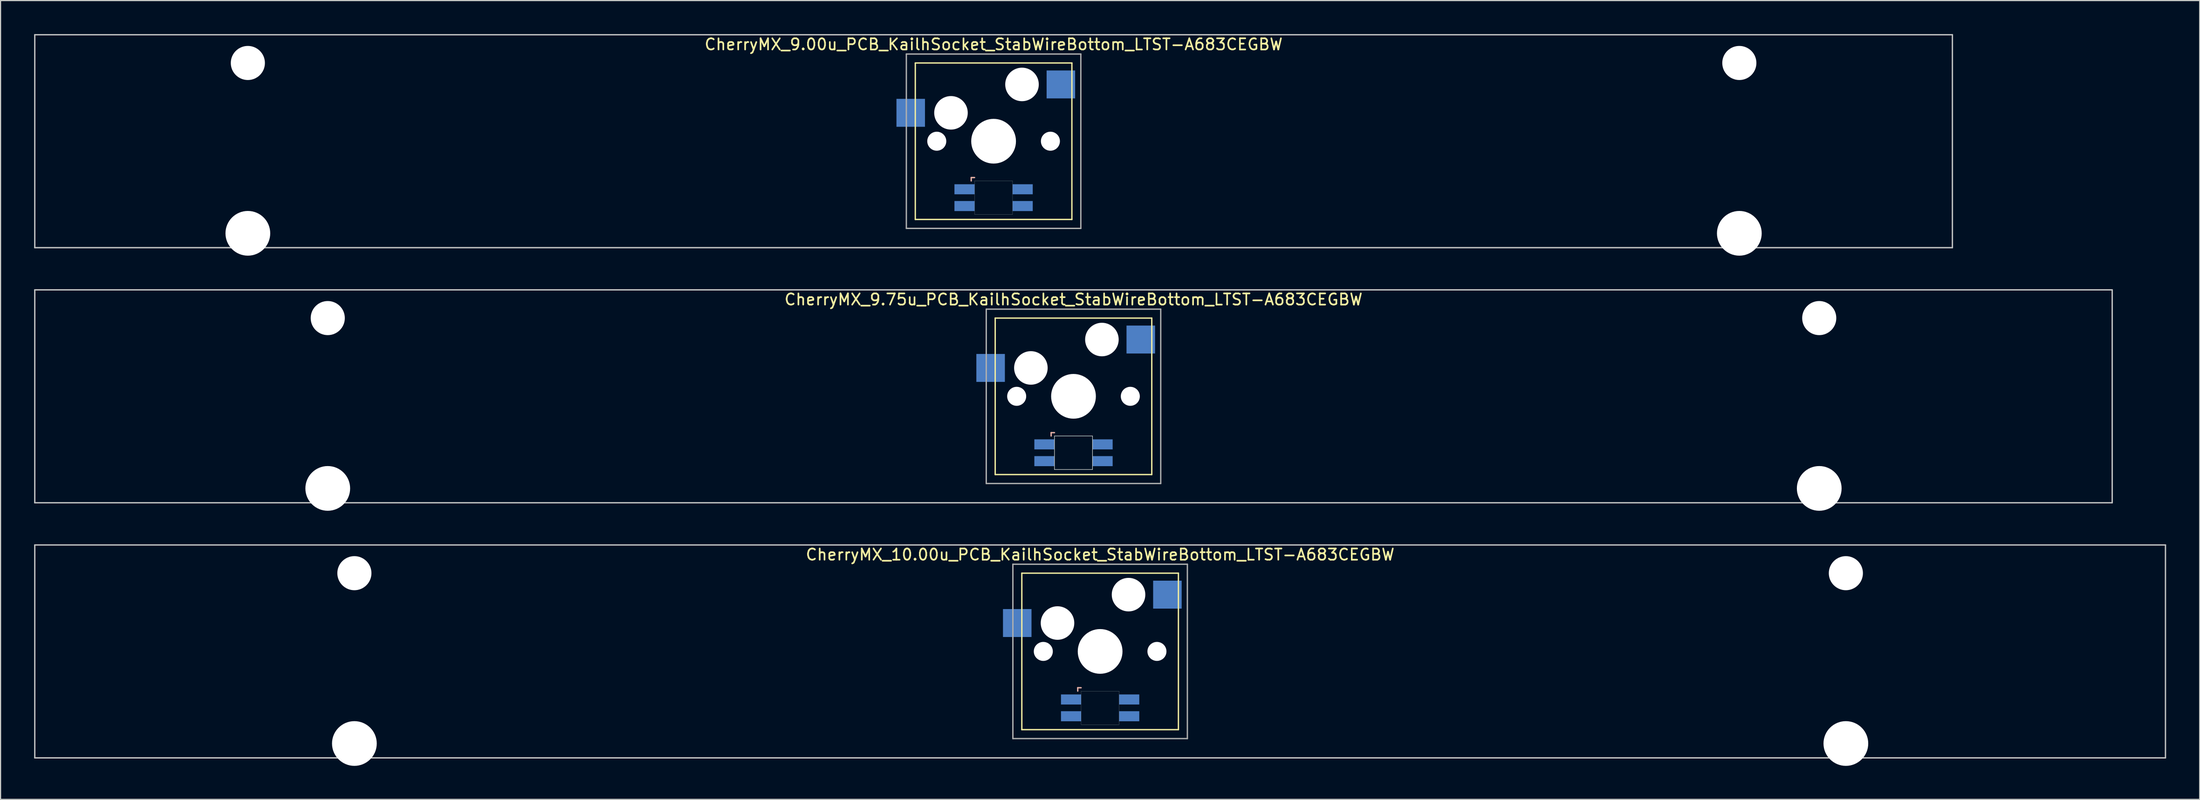
<source format=kicad_pcb>
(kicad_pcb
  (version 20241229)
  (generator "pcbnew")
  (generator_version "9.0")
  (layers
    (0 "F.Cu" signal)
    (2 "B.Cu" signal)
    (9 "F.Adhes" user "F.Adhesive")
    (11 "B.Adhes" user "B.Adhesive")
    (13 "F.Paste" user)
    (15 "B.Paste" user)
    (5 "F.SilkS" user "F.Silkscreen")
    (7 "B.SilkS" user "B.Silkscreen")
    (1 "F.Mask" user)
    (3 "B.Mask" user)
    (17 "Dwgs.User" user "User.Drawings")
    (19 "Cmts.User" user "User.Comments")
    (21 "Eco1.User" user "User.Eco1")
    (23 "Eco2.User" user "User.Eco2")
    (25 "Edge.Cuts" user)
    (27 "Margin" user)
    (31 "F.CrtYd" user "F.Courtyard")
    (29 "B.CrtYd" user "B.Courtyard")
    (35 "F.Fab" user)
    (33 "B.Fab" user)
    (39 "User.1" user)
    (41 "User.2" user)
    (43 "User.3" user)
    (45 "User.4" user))
  (footprint "CherryMX_9.00u_PCB_KailhSocket_StabWireBottom_LTST-A683CEGBW"
    (layer "F.Cu")
    (at 85.785 9.585)
    (property "Reference" "CherryMX_9.00u_PCB_KailhSocket_StabWireBottom_LTST-A683CEGBW" (at 0 -8.662 0) (layer "F.SilkS") (effects (font (size 1 1) (thickness 0.15))))
    (attr through_hole)
    (fp_line (start -7 -7) (end -7 7) (stroke (width 0.12) (type solid)) (layer "F.SilkS"))
    (fp_line (start -7 -7) (end 7 -7) (stroke (width 0.12) (type solid)) (layer "F.SilkS"))
    (fp_line (start 7 -7) (end 7 7) (stroke (width 0.12) (type solid)) (layer "F.SilkS"))
    (fp_line (start 7 7) (end -7 7) (stroke (width 0.12) (type solid)) (layer "F.SilkS"))
    (fp_line (start -2 3.25) (end -2 3.55) (stroke (width 0.12) (type solid)) (layer "B.SilkS"))
    (fp_line (start -1.7 3.25) (end -2 3.25) (stroke (width 0.12) (type solid)) (layer "B.SilkS"))
    (fp_line (start -85.725 -9.525) (end 85.725 -9.525) (stroke (width 0.12) (type solid)) (layer "Dwgs.User"))
    (fp_line (start -85.725 9.525) (end -85.725 -9.525) (stroke (width 0.12) (type solid)) (layer "Dwgs.User"))
    (fp_line (start 85.725 -9.525) (end 85.725 9.525) (stroke (width 0.12) (type solid)) (layer "Dwgs.User"))
    (fp_line (start 85.725 9.525) (end -85.725 9.525) (stroke (width 0.12) (type solid)) (layer "Dwgs.User"))
    (fp_poly (pts (xy 1.7 6.55) (xy -1.7 6.55) (xy -1.7 3.55) (xy 1.7 3.55)) (stroke (width 0.01) (type solid)) (fill no) (layer "Edge.Cuts"))
    (fp_line (start -7.8 -7.8) (end -7.8 7.8) (stroke (width 0.12) (type solid)) (layer "F.Fab"))
    (fp_line (start -7.8 -7.8) (end 7.8 -7.8) (stroke (width 0.12) (type solid)) (layer "F.Fab"))
    (fp_line (start -7.8 7.8) (end 7.8 7.8) (stroke (width 0.12) (type solid)) (layer "F.Fab"))
    (fp_line (start 7.8 -7.8) (end 7.8 7.8) (stroke (width 0.12) (type solid)) (layer "F.Fab"))
    (pad "" np_thru_hole circle (at -66.675 -7) (size 3.05 3.05) (drill 3.05) (layers "*.Cu" "*.Mask"))
    (pad "" np_thru_hole circle (at -66.675 8.24) (size 4 4) (drill 4) (layers "*.Cu" "*.Mask"))
    (pad "" np_thru_hole circle (at -5.08 0) (size 1.7 1.7) (drill 1.7) (layers "*.Cu" "*.Mask"))
    (pad "" np_thru_hole circle (at -3.81 -2.54) (size 3 3) (drill 3) (layers "*.Cu" "*.Mask"))
    (pad "" np_thru_hole circle (at 0 0) (size 4 4) (drill 4) (layers "*.Cu" "*.Mask"))
    (pad "" np_thru_hole circle (at 2.54 -5.08) (size 3 3) (drill 3) (layers "*.Cu" "*.Mask"))
    (pad "" np_thru_hole circle (at 5.08 0) (size 1.7 1.7) (drill 1.7) (layers "*.Cu" "*.Mask"))
    (pad "" np_thru_hole circle (at 66.675 -7) (size 3.05 3.05) (drill 3.05) (layers "*.Cu" "*.Mask"))
    (pad "" np_thru_hole circle (at 66.675 8.24) (size 4 4) (drill 4) (layers "*.Cu" "*.Mask"))
    (pad "1" smd rect (at -7.41 -2.54) (size 2.55 2.5) (layers "B.Cu" "B.Mask" "B.Paste"))
    (pad "2" smd rect (at 6.015 -5.08) (size 2.55 2.5) (layers "B.Cu" "B.Mask" "B.Paste"))
    (pad "3" smd rect (at -2.6 4.3) (size 1.8 0.9) (layers "B.Cu" "B.Mask" "B.Paste"))
    (pad "4" smd rect (at -2.6 5.8) (size 1.8 0.9) (layers "B.Cu" "B.Mask" "B.Paste"))
    (pad "5" smd rect (at 2.6 4.3) (size 1.8 0.9) (layers "B.Cu" "B.Mask" "B.Paste"))
    (pad "6" smd rect (at 2.6 5.8) (size 1.8 0.9) (layers "B.Cu" "B.Mask" "B.Paste")))
  (footprint "CherryMX_10.00u_PCB_KailhSocket_StabWireBottom_LTST-A683CEGBW"
    (layer "F.Cu")
    (at 95.31 55.235)
    (property "Reference" "CherryMX_10.00u_PCB_KailhSocket_StabWireBottom_LTST-A683CEGBW" (at 0 -8.662 0) (layer "F.SilkS") (effects (font (size 1 1) (thickness 0.15))))
    (attr through_hole)
    (fp_line (start -7 -7) (end -7 7) (stroke (width 0.12) (type solid)) (layer "F.SilkS"))
    (fp_line (start -7 -7) (end 7 -7) (stroke (width 0.12) (type solid)) (layer "F.SilkS"))
    (fp_line (start 7 -7) (end 7 7) (stroke (width 0.12) (type solid)) (layer "F.SilkS"))
    (fp_line (start 7 7) (end -7 7) (stroke (width 0.12) (type solid)) (layer "F.SilkS"))
    (fp_line (start -2 3.25) (end -2 3.55) (stroke (width 0.12) (type solid)) (layer "B.SilkS"))
    (fp_line (start -1.7 3.25) (end -2 3.25) (stroke (width 0.12) (type solid)) (layer "B.SilkS"))
    (fp_line (start -95.25 -9.525) (end 95.25 -9.525) (stroke (width 0.12) (type solid)) (layer "Dwgs.User"))
    (fp_line (start -95.25 9.525) (end -95.25 -9.525) (stroke (width 0.12) (type solid)) (layer "Dwgs.User"))
    (fp_line (start 95.25 -9.525) (end 95.25 9.525) (stroke (width 0.12) (type solid)) (layer "Dwgs.User"))
    (fp_line (start 95.25 9.525) (end -95.25 9.525) (stroke (width 0.12) (type solid)) (layer "Dwgs.User"))
    (fp_poly (pts (xy 1.7 6.55) (xy -1.7 6.55) (xy -1.7 3.55) (xy 1.7 3.55)) (stroke (width 0.01) (type solid)) (fill no) (layer "Edge.Cuts"))
    (fp_line (start -7.8 -7.8) (end -7.8 7.8) (stroke (width 0.12) (type solid)) (layer "F.Fab"))
    (fp_line (start -7.8 -7.8) (end 7.8 -7.8) (stroke (width 0.12) (type solid)) (layer "F.Fab"))
    (fp_line (start -7.8 7.8) (end 7.8 7.8) (stroke (width 0.12) (type solid)) (layer "F.Fab"))
    (fp_line (start 7.8 -7.8) (end 7.8 7.8) (stroke (width 0.12) (type solid)) (layer "F.Fab"))
    (pad "" np_thru_hole circle (at -66.675 -7) (size 3.05 3.05) (drill 3.05) (layers "*.Cu" "*.Mask"))
    (pad "" np_thru_hole circle (at -66.675 8.24) (size 4 4) (drill 4) (layers "*.Cu" "*.Mask"))
    (pad "" np_thru_hole circle (at -5.08 0) (size 1.7 1.7) (drill 1.7) (layers "*.Cu" "*.Mask"))
    (pad "" np_thru_hole circle (at -3.81 -2.54) (size 3 3) (drill 3) (layers "*.Cu" "*.Mask"))
    (pad "" np_thru_hole circle (at 0 0) (size 4 4) (drill 4) (layers "*.Cu" "*.Mask"))
    (pad "" np_thru_hole circle (at 2.54 -5.08) (size 3 3) (drill 3) (layers "*.Cu" "*.Mask"))
    (pad "" np_thru_hole circle (at 5.08 0) (size 1.7 1.7) (drill 1.7) (layers "*.Cu" "*.Mask"))
    (pad "" np_thru_hole circle (at 66.675 -7) (size 3.05 3.05) (drill 3.05) (layers "*.Cu" "*.Mask"))
    (pad "" np_thru_hole circle (at 66.675 8.24) (size 4 4) (drill 4) (layers "*.Cu" "*.Mask"))
    (pad "1" smd rect (at -7.41 -2.54) (size 2.55 2.5) (layers "B.Cu" "B.Mask" "B.Paste"))
    (pad "2" smd rect (at 6.015 -5.08) (size 2.55 2.5) (layers "B.Cu" "B.Mask" "B.Paste"))
    (pad "3" smd rect (at -2.6 4.3) (size 1.8 0.9) (layers "B.Cu" "B.Mask" "B.Paste"))
    (pad "4" smd rect (at -2.6 5.8) (size 1.8 0.9) (layers "B.Cu" "B.Mask" "B.Paste"))
    (pad "5" smd rect (at 2.6 4.3) (size 1.8 0.9) (layers "B.Cu" "B.Mask" "B.Paste"))
    (pad "6" smd rect (at 2.6 5.8) (size 1.8 0.9) (layers "B.Cu" "B.Mask" "B.Paste")))
  (footprint "CherryMX_9.75u_PCB_KailhSocket_StabWireBottom_LTST-A683CEGBW"
    (layer "F.Cu")
    (at 92.929 32.41)
    (property "Reference" "CherryMX_9.75u_PCB_KailhSocket_StabWireBottom_LTST-A683CEGBW" (at 0 -8.662 0) (layer "F.SilkS") (effects (font (size 1 1) (thickness 0.15))))
    (attr through_hole)
    (fp_line (start -7 -7) (end -7 7) (stroke (width 0.12) (type solid)) (layer "F.SilkS"))
    (fp_line (start -7 -7) (end 7 -7) (stroke (width 0.12) (type solid)) (layer "F.SilkS"))
    (fp_line (start 7 -7) (end 7 7) (stroke (width 0.12) (type solid)) (layer "F.SilkS"))
    (fp_line (start 7 7) (end -7 7) (stroke (width 0.12) (type solid)) (layer "F.SilkS"))
    (fp_line (start -2 3.25) (end -2 3.55) (stroke (width 0.12) (type solid)) (layer "B.SilkS"))
    (fp_line (start -1.7 3.25) (end -2 3.25) (stroke (width 0.12) (type solid)) (layer "B.SilkS"))
    (fp_line (start -92.869 -9.525) (end 92.869 -9.525) (stroke (width 0.12) (type solid)) (layer "Dwgs.User"))
    (fp_line (start -92.869 9.525) (end -92.869 -9.525) (stroke (width 0.12) (type solid)) (layer "Dwgs.User"))
    (fp_line (start 92.869 -9.525) (end 92.869 9.525) (stroke (width 0.12) (type solid)) (layer "Dwgs.User"))
    (fp_line (start 92.869 9.525) (end -92.869 9.525) (stroke (width 0.12) (type solid)) (layer "Dwgs.User"))
    (fp_line (start -1.7 3.55) (end 1.7 3.55) (stroke (width 0.05) (type solid)) (layer "Edge.Cuts"))
    (fp_line (start -1.7 6.55) (end -1.7 3.55) (stroke (width 0.05) (type solid)) (layer "Edge.Cuts"))
    (fp_line (start 1.7 3.55) (end 1.7 6.55) (stroke (width 0.05) (type solid)) (layer "Edge.Cuts"))
    (fp_line (start 1.7 6.55) (end -1.7 6.55) (stroke (width 0.05) (type solid)) (layer "Edge.Cuts"))
    (fp_line (start -7.8 -7.8) (end -7.8 7.8) (stroke (width 0.12) (type solid)) (layer "F.Fab"))
    (fp_line (start -7.8 -7.8) (end 7.8 -7.8) (stroke (width 0.12) (type solid)) (layer "F.Fab"))
    (fp_line (start -7.8 7.8) (end 7.8 7.8) (stroke (width 0.12) (type solid)) (layer "F.Fab"))
    (fp_line (start 7.8 -7.8) (end 7.8 7.8) (stroke (width 0.12) (type solid)) (layer "F.Fab"))
    (pad "" np_thru_hole circle (at -66.675 -7) (size 3.05 3.05) (drill 3.05) (layers "*.Cu" "*.Mask"))
    (pad "" np_thru_hole circle (at -66.675 8.24) (size 4 4) (drill 4) (layers "*.Cu" "*.Mask"))
    (pad "" np_thru_hole circle (at -5.08 0) (size 1.7 1.7) (drill 1.7) (layers "*.Cu" "*.Mask"))
    (pad "" np_thru_hole circle (at -3.81 -2.54) (size 3 3) (drill 3) (layers "*.Cu" "*.Mask"))
    (pad "" np_thru_hole circle (at 0 0) (size 4 4) (drill 4) (layers "*.Cu" "*.Mask"))
    (pad "" np_thru_hole circle (at 2.54 -5.08) (size 3 3) (drill 3) (layers "*.Cu" "*.Mask"))
    (pad "" np_thru_hole circle (at 5.08 0) (size 1.7 1.7) (drill 1.7) (layers "*.Cu" "*.Mask"))
    (pad "" np_thru_hole circle (at 66.675 -7) (size 3.05 3.05) (drill 3.05) (layers "*.Cu" "*.Mask"))
    (pad "" np_thru_hole circle (at 66.675 8.24) (size 4 4) (drill 4) (layers "*.Cu" "*.Mask"))
    (pad "1" smd rect (at -7.41 -2.54) (size 2.55 2.5) (layers "B.Cu" "B.Mask" "B.Paste"))
    (pad "2" smd rect (at 6.015 -5.08) (size 2.55 2.5) (layers "B.Cu" "B.Mask" "B.Paste"))
    (pad "3" smd rect (at -2.6 4.3) (size 1.8 0.9) (layers "B.Cu" "B.Mask" "B.Paste"))
    (pad "4" smd rect (at -2.6 5.8) (size 1.8 0.9) (layers "B.Cu" "B.Mask" "B.Paste"))
    (pad "5" smd rect (at 2.6 4.3) (size 1.8 0.9) (layers "B.Cu" "B.Mask" "B.Paste"))
    (pad "6" smd rect (at 2.6 5.8) (size 1.8 0.9) (layers "B.Cu" "B.Mask" "B.Paste")))
  (gr_rect
    (start -3 -3)
    (end 193.62 68.475)
    (stroke (width 0.1) (type default))
    (fill no)
    (layer "Edge.Cuts")))
</source>
